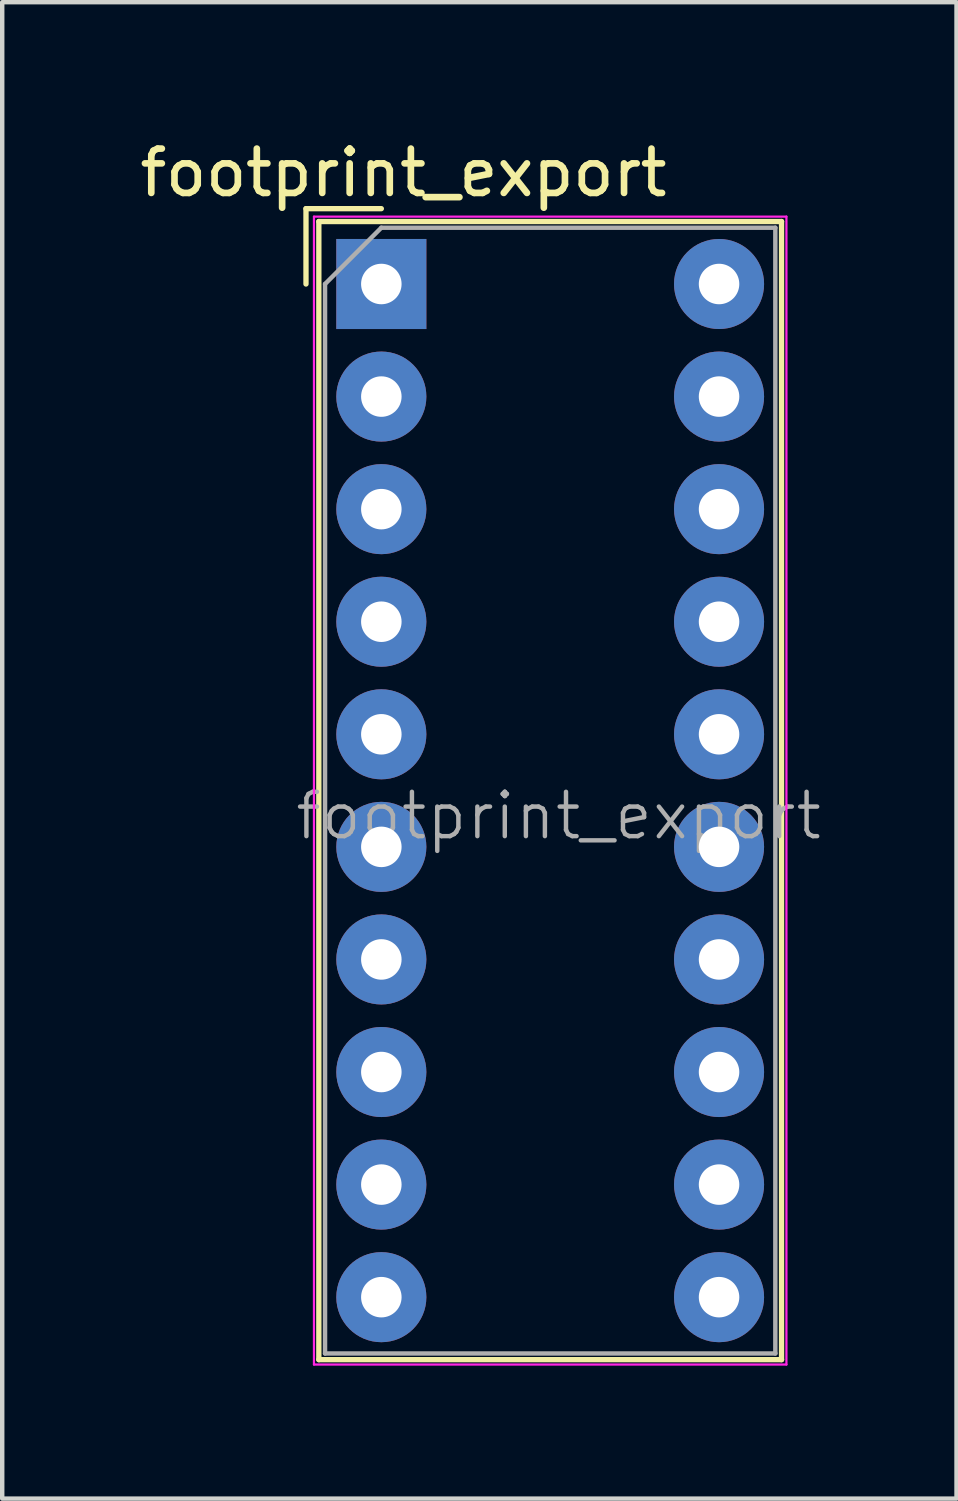
<source format=kicad_pcb>
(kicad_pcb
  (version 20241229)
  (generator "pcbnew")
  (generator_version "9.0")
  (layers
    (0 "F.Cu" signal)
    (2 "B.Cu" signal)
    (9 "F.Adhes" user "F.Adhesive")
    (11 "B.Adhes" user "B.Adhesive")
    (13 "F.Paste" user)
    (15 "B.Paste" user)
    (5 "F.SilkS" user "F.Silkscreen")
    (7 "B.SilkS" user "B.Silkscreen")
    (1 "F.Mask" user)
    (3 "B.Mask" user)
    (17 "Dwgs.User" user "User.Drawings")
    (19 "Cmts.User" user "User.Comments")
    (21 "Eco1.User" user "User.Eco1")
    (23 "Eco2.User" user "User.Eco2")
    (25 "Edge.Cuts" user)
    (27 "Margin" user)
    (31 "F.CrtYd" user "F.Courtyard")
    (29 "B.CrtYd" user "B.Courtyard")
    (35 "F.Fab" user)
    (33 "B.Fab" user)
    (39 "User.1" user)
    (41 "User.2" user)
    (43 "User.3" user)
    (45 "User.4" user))
  (footprint "footprint_export"
    (layer "F.Cu")
    (at 5.554 3.358)
    (property "Reference" "footprint_export" (at 0.5 -2.51 0) (layer "F.SilkS") (effects (font (size 1 1) (thickness 0.15))))
    (attr through_hole)
    (fp_line (start -1.7 -1.7) (end -1.7 0) (stroke (width 0.12) (type solid)) (layer "F.SilkS"))
    (fp_line (start -1.41 -1.41) (end 9.03 -1.41) (stroke (width 0.12) (type solid)) (layer "F.SilkS"))
    (fp_line (start -1.41 24.27) (end -1.41 -1.41) (stroke (width 0.12) (type solid)) (layer "F.SilkS"))
    (fp_line (start 0 -1.7) (end -1.7 -1.7) (stroke (width 0.12) (type solid)) (layer "F.SilkS"))
    (fp_line (start 9.03 -1.41) (end 9.03 24.27) (stroke (width 0.12) (type solid)) (layer "F.SilkS"))
    (fp_line (start 9.03 24.27) (end -1.41 24.27) (stroke (width 0.12) (type solid)) (layer "F.SilkS"))
    (fp_line (start -1.52 -1.52) (end -1.52 24.38) (stroke (width 0.05) (type solid)) (layer "F.CrtYd"))
    (fp_line (start -1.52 -1.52) (end 9.14 -1.52) (stroke (width 0.05) (type solid)) (layer "F.CrtYd"))
    (fp_line (start -1.52 24.38) (end 9.14 24.38) (stroke (width 0.05) (type solid)) (layer "F.CrtYd"))
    (fp_line (start 9.14 24.38) (end 9.14 -1.52) (stroke (width 0.05) (type solid)) (layer "F.CrtYd"))
    (fp_line (start -1.27 0) (end -1.27 24.13) (stroke (width 0.1) (type solid)) (layer "F.Fab"))
    (fp_line (start -1.27 24.13) (end 8.89 24.13) (stroke (width 0.1) (type solid)) (layer "F.Fab"))
    (fp_line (start 0 -1.27) (end -1.27 0) (stroke (width 0.1) (type solid)) (layer "F.Fab"))
    (fp_line (start 0 -1.27) (end 8.89 -1.27) (stroke (width 0.1) (type solid)) (layer "F.Fab"))
    (fp_line (start 8.89 -1.27) (end 8.89 24.13) (stroke (width 0.1) (type solid)) (layer "F.Fab"))
    (fp_text user "${REFERENCE}" (at 4 12 0) (layer "F.Fab") (effects (font (size 1 1) (thickness 0.1))))
    (pad "1" thru_hole rect (at 0 0 270) (size 2.032 2.032) (drill 0.914) (layers "*.Cu" "*.Mask"))
    (pad "2" thru_hole circle (at 0 2.54 270) (size 2.032 2.032) (drill 0.914) (layers "*.Cu" "*.Mask"))
    (pad "3" thru_hole circle (at 0 5.08 270) (size 2.032 2.032) (drill 0.914) (layers "*.Cu" "*.Mask"))
    (pad "4" thru_hole circle (at 0 7.62 270) (size 2.032 2.032) (drill 0.914) (layers "*.Cu" "*.Mask"))
    (pad "5" thru_hole circle (at 0 10.16 270) (size 2.032 2.032) (drill 0.914) (layers "*.Cu" "*.Mask"))
    (pad "6" thru_hole circle (at 0 12.7 270) (size 2.032 2.032) (drill 0.914) (layers "*.Cu" "*.Mask"))
    (pad "7" thru_hole circle (at 0 15.24 270) (size 2.032 2.032) (drill 0.914) (layers "*.Cu" "*.Mask"))
    (pad "8" thru_hole circle (at 0 17.78 270) (size 2.032 2.032) (drill 0.914) (layers "*.Cu" "*.Mask"))
    (pad "9" thru_hole circle (at 0 20.32 270) (size 2.032 2.032) (drill 0.914) (layers "*.Cu" "*.Mask"))
    (pad "10" thru_hole circle (at 0 22.86 270) (size 2.032 2.032) (drill 0.914) (layers "*.Cu" "*.Mask"))
    (pad "11" thru_hole circle (at 7.62 22.86 270) (size 2.032 2.032) (drill 0.914) (layers "*.Cu" "*.Mask"))
    (pad "12" thru_hole circle (at 7.62 20.32 270) (size 2.032 2.032) (drill 0.914) (layers "*.Cu" "*.Mask"))
    (pad "13" thru_hole circle (at 7.62 17.78 270) (size 2.032 2.032) (drill 0.914) (layers "*.Cu" "*.Mask"))
    (pad "14" thru_hole circle (at 7.62 15.24 270) (size 2.032 2.032) (drill 0.914) (layers "*.Cu" "*.Mask"))
    (pad "15" thru_hole circle (at 7.62 12.7 270) (size 2.032 2.032) (drill 0.914) (layers "*.Cu" "*.Mask"))
    (pad "16" thru_hole circle (at 7.62 10.16 270) (size 2.032 2.032) (drill 0.914) (layers "*.Cu" "*.Mask"))
    (pad "17" thru_hole circle (at 7.62 7.62 270) (size 2.032 2.032) (drill 0.914) (layers "*.Cu" "*.Mask"))
    (pad "18" thru_hole circle (at 7.62 5.08 270) (size 2.032 2.032) (drill 0.914) (layers "*.Cu" "*.Mask"))
    (pad "19" thru_hole circle (at 7.62 2.54 270) (size 2.032 2.032) (drill 0.914) (layers "*.Cu" "*.Mask"))
    (pad "20" thru_hole circle (at 7.62 0 270) (size 2.032 2.032) (drill 0.914) (layers "*.Cu" "*.Mask")))
  (gr_rect
    (start -3 -3)
    (end 18.532 30.763)
    (stroke (width 0.1) (type default))
    (fill no)
    (layer "Edge.Cuts")))
</source>
